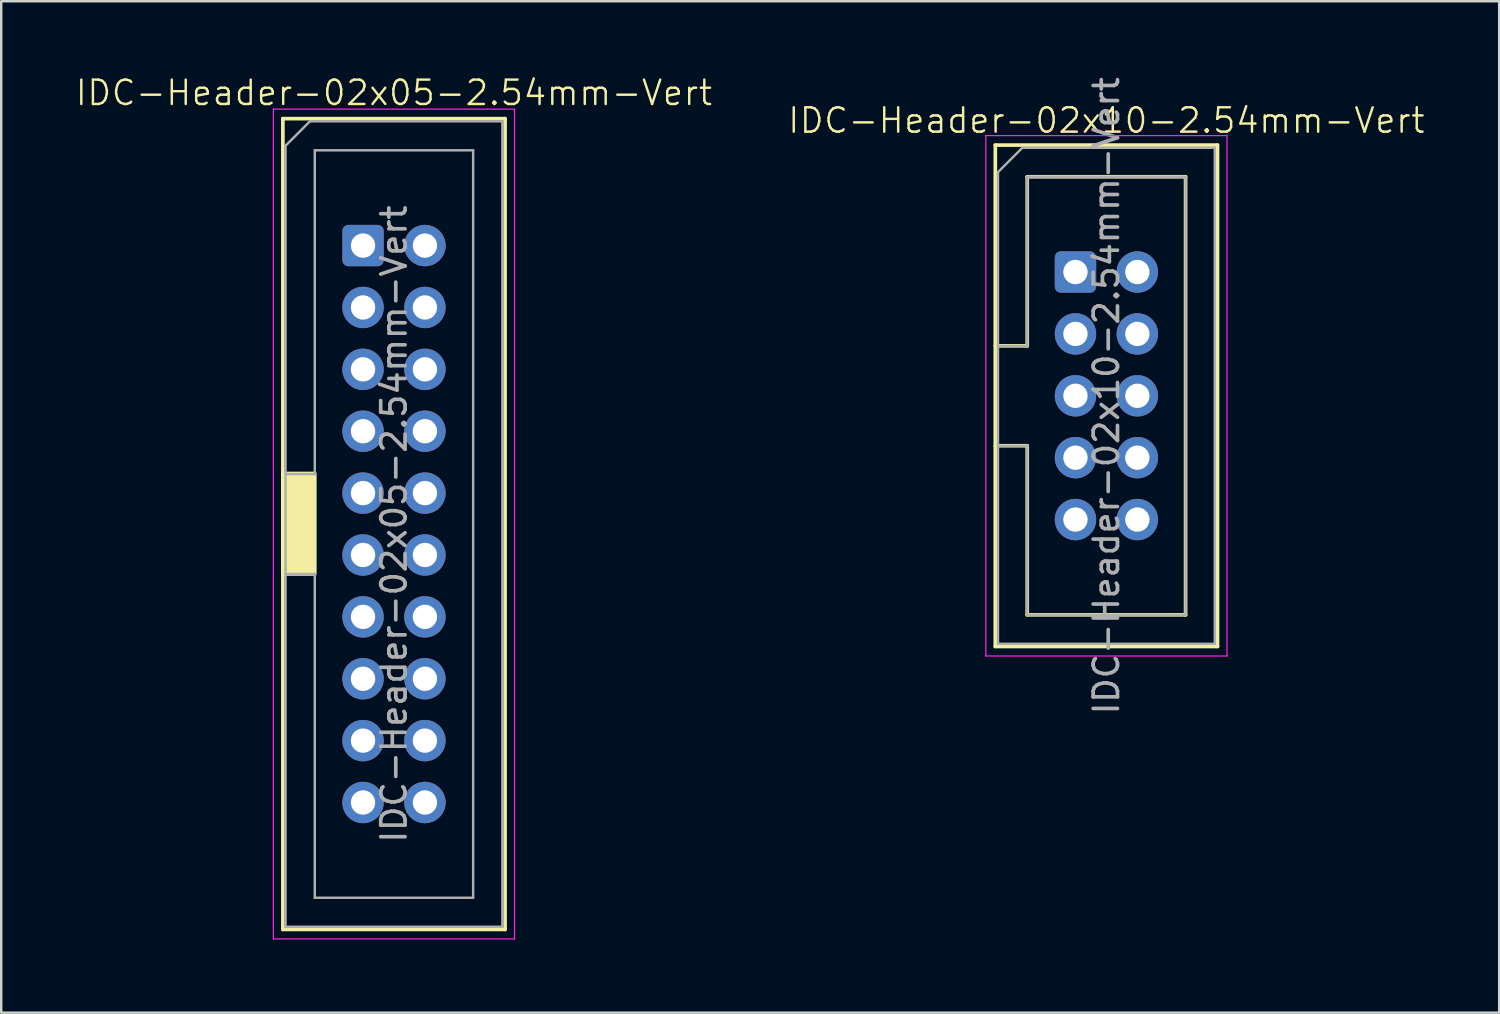
<source format=kicad_pcb>
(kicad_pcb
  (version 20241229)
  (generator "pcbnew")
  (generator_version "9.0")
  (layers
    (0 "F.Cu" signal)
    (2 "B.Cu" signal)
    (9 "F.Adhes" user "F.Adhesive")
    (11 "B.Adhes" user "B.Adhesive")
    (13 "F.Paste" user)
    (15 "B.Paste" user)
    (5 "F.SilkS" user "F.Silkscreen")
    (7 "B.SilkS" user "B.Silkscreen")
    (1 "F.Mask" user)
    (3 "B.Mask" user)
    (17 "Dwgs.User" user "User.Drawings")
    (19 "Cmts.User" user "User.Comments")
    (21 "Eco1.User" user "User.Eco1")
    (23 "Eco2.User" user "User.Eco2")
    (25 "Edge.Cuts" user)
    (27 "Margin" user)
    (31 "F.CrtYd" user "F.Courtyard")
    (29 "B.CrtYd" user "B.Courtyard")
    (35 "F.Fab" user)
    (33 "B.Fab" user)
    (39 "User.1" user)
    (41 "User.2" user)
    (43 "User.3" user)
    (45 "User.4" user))
  (footprint "IDC-Header-02x10-2.54mm-Vert"
    (layer "F.Cu")
    (at 42.364 13.196)
    (property "Reference" "IDC-Header-02x10-2.54mm-Vert" (at 0 -11.3 0) (unlocked yes) (layer "F.SilkS") (effects (font (size 1 1) (thickness 0.1))))
    (attr through_hole)
    (fp_line (start -4.56 -10.29) (end 4.56 -10.29) (stroke (width 0.15) (type solid)) (layer "F.SilkS"))
    (fp_line (start -4.56 -2.05) (end -3.25 -2.05) (stroke (width 0.15) (type solid)) (layer "F.SilkS"))
    (fp_line (start -4.56 10.29) (end -4.56 -10.29) (stroke (width 0.15) (type solid)) (layer "F.SilkS"))
    (fp_line (start -3.25 -8.99) (end 3.25 -8.99) (stroke (width 0.15) (type solid)) (layer "F.SilkS"))
    (fp_line (start -3.25 -2.05) (end -3.25 -8.99) (stroke (width 0.15) (type solid)) (layer "F.SilkS"))
    (fp_line (start -3.25 2.05) (end -4.56 2.05) (stroke (width 0.15) (type solid)) (layer "F.SilkS"))
    (fp_line (start -3.25 2.05) (end -3.25 2.05) (stroke (width 0.12) (type solid)) (layer "F.SilkS"))
    (fp_line (start -3.25 8.99) (end -3.25 2.05) (stroke (width 0.15) (type solid)) (layer "F.SilkS"))
    (fp_line (start 3.25 -8.99) (end 3.25 8.99) (stroke (width 0.15) (type solid)) (layer "F.SilkS"))
    (fp_line (start 3.25 8.99) (end -3.25 8.99) (stroke (width 0.15) (type solid)) (layer "F.SilkS"))
    (fp_line (start 4.56 -10.29) (end 4.56 10.29) (stroke (width 0.15) (type solid)) (layer "F.SilkS"))
    (fp_line (start 4.56 10.29) (end -4.56 10.29) (stroke (width 0.15) (type solid)) (layer "F.SilkS"))
    (fp_line (start -4.95 -10.68) (end -4.95 10.68) (stroke (width 0.05) (type solid)) (layer "F.CrtYd"))
    (fp_line (start -4.95 10.68) (end 4.95 10.68) (stroke (width 0.05) (type solid)) (layer "F.CrtYd"))
    (fp_line (start 4.95 -10.68) (end -4.95 -10.68) (stroke (width 0.05) (type solid)) (layer "F.CrtYd"))
    (fp_line (start 4.95 10.68) (end 4.95 -10.68) (stroke (width 0.05) (type solid)) (layer "F.CrtYd"))
    (fp_line (start -4.45 -9.18) (end -3.45 -10.18) (stroke (width 0.1) (type solid)) (layer "F.Fab"))
    (fp_line (start -4.45 -2.05) (end -3.25 -2.05) (stroke (width 0.1) (type solid)) (layer "F.Fab"))
    (fp_line (start -4.45 10.18) (end -4.45 -9.18) (stroke (width 0.1) (type solid)) (layer "F.Fab"))
    (fp_line (start -3.45 -10.18) (end 4.45 -10.18) (stroke (width 0.1) (type solid)) (layer "F.Fab"))
    (fp_line (start -3.25 -8.99) (end 3.25 -8.99) (stroke (width 0.1) (type solid)) (layer "F.Fab"))
    (fp_line (start -3.25 -2.05) (end -3.25 -8.99) (stroke (width 0.1) (type solid)) (layer "F.Fab"))
    (fp_line (start -3.25 2.05) (end -4.45 2.05) (stroke (width 0.1) (type solid)) (layer "F.Fab"))
    (fp_line (start -3.25 2.05) (end -3.25 2.05) (stroke (width 0.1) (type solid)) (layer "F.Fab"))
    (fp_line (start -3.25 8.99) (end -3.25 2.05) (stroke (width 0.1) (type solid)) (layer "F.Fab"))
    (fp_line (start 3.25 -8.99) (end 3.25 8.99) (stroke (width 0.1) (type solid)) (layer "F.Fab"))
    (fp_line (start 3.25 8.99) (end -3.25 8.99) (stroke (width 0.1) (type solid)) (layer "F.Fab"))
    (fp_line (start 4.45 -10.18) (end 4.45 10.18) (stroke (width 0.1) (type solid)) (layer "F.Fab"))
    (fp_line (start 4.45 10.18) (end -4.45 10.18) (stroke (width 0.1) (type solid)) (layer "F.Fab"))
    (fp_text user "${REFERENCE}" (at 0 0 90) (layer "F.Fab") (effects (font (size 1 1) (thickness 0.15))))
    (pad "1" thru_hole roundrect (at -1.27 -5.08) (size 1.7 1.7) (drill 1) (layers "*.Cu" "*.Mask") (roundrect_rratio 0.147))
    (pad "2" thru_hole circle (at 1.27 -5.08) (size 1.7 1.7) (drill 1) (layers "*.Cu" "*.Mask"))
    (pad "3" thru_hole circle (at -1.27 -2.54) (size 1.7 1.7) (drill 1) (layers "*.Cu" "*.Mask"))
    (pad "4" thru_hole circle (at 1.27 -2.54) (size 1.7 1.7) (drill 1) (layers "*.Cu" "*.Mask"))
    (pad "5" thru_hole circle (at -1.27 0) (size 1.7 1.7) (drill 1) (layers "*.Cu" "*.Mask"))
    (pad "6" thru_hole circle (at 1.27 0) (size 1.7 1.7) (drill 1) (layers "*.Cu" "*.Mask"))
    (pad "7" thru_hole circle (at -1.27 2.54) (size 1.7 1.7) (drill 1) (layers "*.Cu" "*.Mask"))
    (pad "8" thru_hole circle (at 1.27 2.54) (size 1.7 1.7) (drill 1) (layers "*.Cu" "*.Mask"))
    (pad "9" thru_hole circle (at -1.27 5.08) (size 1.7 1.7) (drill 1) (layers "*.Cu" "*.Mask"))
    (pad "10" thru_hole circle (at 1.27 5.08) (size 1.7 1.7) (drill 1) (layers "*.Cu" "*.Mask")))
  (footprint "IDC-Header-02x05-2.54mm-Vert"
    (layer "F.Cu")
    (at 13.121 18.46)
    (property "Reference" "IDC-Header-02x05-2.54mm-Vert" (at 0 -17.7 0) (unlocked yes) (layer "F.SilkS") (effects (font (size 1 1) (thickness 0.1))))
    (attr through_hole)
    (fp_line (start -4.56 -16.64) (end 4.56 -16.64) (stroke (width 0.15) (type solid)) (layer "F.SilkS"))
    (fp_line (start -4.56 16.64) (end -4.56 -16.64) (stroke (width 0.15) (type solid)) (layer "F.SilkS"))
    (fp_line (start 4.56 -16.64) (end 4.56 16.64) (stroke (width 0.15) (type solid)) (layer "F.SilkS"))
    (fp_line (start 4.56 16.64) (end -4.56 16.64) (stroke (width 0.15) (type solid)) (layer "F.SilkS"))
    (fp_rect (start -4.56 -2.075) (end -3.25 2.05) (stroke (width 0.15) (type solid)) (fill yes) (layer "F.SilkS"))
    (fp_line (start -4.95 -17.03) (end -4.95 17.03) (stroke (width 0.05) (type solid)) (layer "F.CrtYd"))
    (fp_line (start -4.95 17.03) (end 4.95 17.03) (stroke (width 0.05) (type solid)) (layer "F.CrtYd"))
    (fp_line (start 4.95 -17.03) (end -4.95 -17.03) (stroke (width 0.05) (type solid)) (layer "F.CrtYd"))
    (fp_line (start 4.95 17.03) (end 4.95 -17.03) (stroke (width 0.05) (type solid)) (layer "F.CrtYd"))
    (fp_line (start -4.45 -15.53) (end -3.45 -16.53) (stroke (width 0.1) (type solid)) (layer "F.Fab"))
    (fp_line (start -4.45 -2.05) (end -3.25 -2.05) (stroke (width 0.1) (type solid)) (layer "F.Fab"))
    (fp_line (start -4.45 16.53) (end -4.45 -15.53) (stroke (width 0.1) (type solid)) (layer "F.Fab"))
    (fp_line (start -3.45 -16.53) (end 4.45 -16.53) (stroke (width 0.1) (type solid)) (layer "F.Fab"))
    (fp_line (start -3.25 -15.34) (end 3.25 -15.34) (stroke (width 0.1) (type solid)) (layer "F.Fab"))
    (fp_line (start -3.25 -2.05) (end -3.25 -15.34) (stroke (width 0.1) (type solid)) (layer "F.Fab"))
    (fp_line (start -3.25 2.05) (end -4.45 2.05) (stroke (width 0.1) (type solid)) (layer "F.Fab"))
    (fp_line (start -3.25 2.05) (end -3.25 2.05) (stroke (width 0.1) (type solid)) (layer "F.Fab"))
    (fp_line (start -3.25 15.34) (end -3.25 2.05) (stroke (width 0.1) (type solid)) (layer "F.Fab"))
    (fp_line (start 3.25 -15.34) (end 3.25 15.34) (stroke (width 0.1) (type solid)) (layer "F.Fab"))
    (fp_line (start 3.25 15.34) (end -3.25 15.34) (stroke (width 0.1) (type solid)) (layer "F.Fab"))
    (fp_line (start 4.45 -16.53) (end 4.45 16.53) (stroke (width 0.1) (type solid)) (layer "F.Fab"))
    (fp_line (start 4.45 16.53) (end -4.45 16.53) (stroke (width 0.1) (type solid)) (layer "F.Fab"))
    (fp_text user "${REFERENCE}" (at 0 0 90) (layer "F.Fab") (effects (font (size 1 1) (thickness 0.15))))
    (pad "1" thru_hole roundrect (at -1.27 -11.43) (size 1.7 1.7) (drill 1) (layers "*.Cu" "*.Mask") (roundrect_rratio 0.147))
    (pad "2" thru_hole circle (at 1.27 -11.43) (size 1.7 1.7) (drill 1) (layers "*.Cu" "*.Mask"))
    (pad "3" thru_hole circle (at -1.27 -8.89) (size 1.7 1.7) (drill 1) (layers "*.Cu" "*.Mask"))
    (pad "4" thru_hole circle (at 1.27 -8.89) (size 1.7 1.7) (drill 1) (layers "*.Cu" "*.Mask"))
    (pad "5" thru_hole circle (at -1.27 -6.35) (size 1.7 1.7) (drill 1) (layers "*.Cu" "*.Mask"))
    (pad "6" thru_hole circle (at 1.27 -6.35) (size 1.7 1.7) (drill 1) (layers "*.Cu" "*.Mask"))
    (pad "7" thru_hole circle (at -1.27 -3.81) (size 1.7 1.7) (drill 1) (layers "*.Cu" "*.Mask"))
    (pad "8" thru_hole circle (at 1.27 -3.81) (size 1.7 1.7) (drill 1) (layers "*.Cu" "*.Mask"))
    (pad "9" thru_hole circle (at -1.27 -1.27) (size 1.7 1.7) (drill 1) (layers "*.Cu" "*.Mask"))
    (pad "10" thru_hole circle (at 1.27 -1.27) (size 1.7 1.7) (drill 1) (layers "*.Cu" "*.Mask"))
    (pad "11" thru_hole circle (at -1.27 1.27) (size 1.7 1.7) (drill 1) (layers "*.Cu" "*.Mask"))
    (pad "12" thru_hole circle (at 1.27 1.27) (size 1.7 1.7) (drill 1) (layers "*.Cu" "*.Mask"))
    (pad "13" thru_hole circle (at -1.27 3.81) (size 1.7 1.7) (drill 1) (layers "*.Cu" "*.Mask"))
    (pad "14" thru_hole circle (at 1.27 3.81) (size 1.7 1.7) (drill 1) (layers "*.Cu" "*.Mask"))
    (pad "15" thru_hole circle (at -1.27 6.35) (size 1.7 1.7) (drill 1) (layers "*.Cu" "*.Mask"))
    (pad "16" thru_hole circle (at 1.27 6.35) (size 1.7 1.7) (drill 1) (layers "*.Cu" "*.Mask"))
    (pad "17" thru_hole circle (at -1.27 8.89) (size 1.7 1.7) (drill 1) (layers "*.Cu" "*.Mask"))
    (pad "18" thru_hole circle (at 1.27 8.89) (size 1.7 1.7) (drill 1) (layers "*.Cu" "*.Mask"))
    (pad "19" thru_hole circle (at -1.27 11.43) (size 1.7 1.7) (drill 1) (layers "*.Cu" "*.Mask"))
    (pad "20" thru_hole circle (at 1.27 11.43) (size 1.7 1.7) (drill 1) (layers "*.Cu" "*.Mask")))
  (gr_rect
    (start -3 -3)
    (end 58.486 38.516)
    (stroke (width 0.1) (type default))
    (fill no)
    (layer "Edge.Cuts")))
</source>
